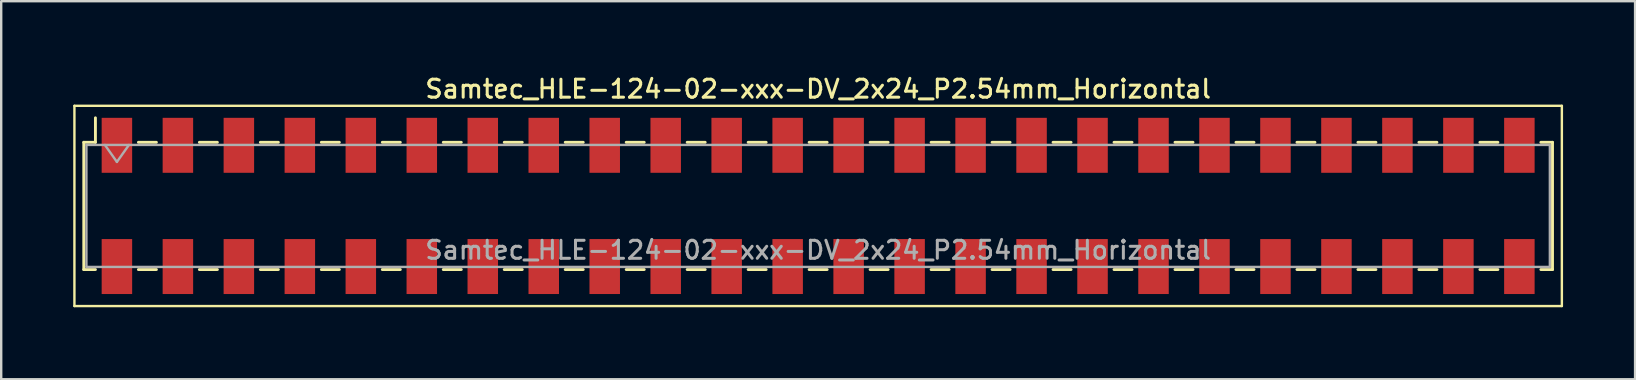
<source format=kicad_pcb>
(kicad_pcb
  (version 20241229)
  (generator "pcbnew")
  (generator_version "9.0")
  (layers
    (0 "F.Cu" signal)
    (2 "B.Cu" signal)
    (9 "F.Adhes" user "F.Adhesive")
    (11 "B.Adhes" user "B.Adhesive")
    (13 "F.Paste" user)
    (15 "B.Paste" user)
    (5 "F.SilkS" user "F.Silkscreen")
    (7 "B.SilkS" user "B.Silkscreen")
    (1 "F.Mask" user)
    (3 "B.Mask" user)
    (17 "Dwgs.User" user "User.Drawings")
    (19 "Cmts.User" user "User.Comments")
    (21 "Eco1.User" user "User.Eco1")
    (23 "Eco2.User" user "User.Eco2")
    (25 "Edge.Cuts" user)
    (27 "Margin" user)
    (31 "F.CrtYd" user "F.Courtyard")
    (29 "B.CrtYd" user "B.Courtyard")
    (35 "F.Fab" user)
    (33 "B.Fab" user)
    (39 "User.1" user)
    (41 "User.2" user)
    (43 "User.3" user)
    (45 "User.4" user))
  (footprint "Samtec_HLE-124-02-xxx-DV_2x24_P2.54mm_Horizontal"
    (layer "F.Cu")
    (at 31.03 5.528)
    (property "Reference" "Samtec_HLE-124-02-xxx-DV_2x24_P2.54mm_Horizontal" (at 0 -4.87 0) (layer "F.SilkS") (effects (font (size 0.75 0.75) (thickness 0.125))))
    (attr smd)
    (fp_line (start -30.98 -4.17) (end 30.98 -4.17) (stroke (width 0.1) (type solid)) (layer "F.SilkS"))
    (fp_line (start -30.98 4.17) (end -30.98 -4.17) (stroke (width 0.1) (type solid)) (layer "F.SilkS"))
    (fp_line (start -30.59 -2.65) (end -30.59 2.65) (stroke (width 0.12) (type solid)) (layer "F.SilkS"))
    (fp_line (start -30.59 2.65) (end -30.105 2.65) (stroke (width 0.12) (type solid)) (layer "F.SilkS"))
    (fp_line (start -30.105 -3.67) (end -30.105 -2.65) (stroke (width 0.12) (type solid)) (layer "F.SilkS"))
    (fp_line (start -30.105 -2.65) (end -30.59 -2.65) (stroke (width 0.12) (type solid)) (layer "F.SilkS"))
    (fp_line (start -28.315 -2.65) (end -27.565 -2.65) (stroke (width 0.12) (type solid)) (layer "F.SilkS"))
    (fp_line (start -28.315 2.65) (end -27.565 2.65) (stroke (width 0.12) (type solid)) (layer "F.SilkS"))
    (fp_line (start -25.775 -2.65) (end -25.025 -2.65) (stroke (width 0.12) (type solid)) (layer "F.SilkS"))
    (fp_line (start -25.775 2.65) (end -25.025 2.65) (stroke (width 0.12) (type solid)) (layer "F.SilkS"))
    (fp_line (start -23.235 -2.65) (end -22.485 -2.65) (stroke (width 0.12) (type solid)) (layer "F.SilkS"))
    (fp_line (start -23.235 2.65) (end -22.485 2.65) (stroke (width 0.12) (type solid)) (layer "F.SilkS"))
    (fp_line (start -20.695 -2.65) (end -19.945 -2.65) (stroke (width 0.12) (type solid)) (layer "F.SilkS"))
    (fp_line (start -20.695 2.65) (end -19.945 2.65) (stroke (width 0.12) (type solid)) (layer "F.SilkS"))
    (fp_line (start -18.155 -2.65) (end -17.405 -2.65) (stroke (width 0.12) (type solid)) (layer "F.SilkS"))
    (fp_line (start -18.155 2.65) (end -17.405 2.65) (stroke (width 0.12) (type solid)) (layer "F.SilkS"))
    (fp_line (start -15.615 -2.65) (end -14.865 -2.65) (stroke (width 0.12) (type solid)) (layer "F.SilkS"))
    (fp_line (start -15.615 2.65) (end -14.865 2.65) (stroke (width 0.12) (type solid)) (layer "F.SilkS"))
    (fp_line (start -13.075 -2.65) (end -12.325 -2.65) (stroke (width 0.12) (type solid)) (layer "F.SilkS"))
    (fp_line (start -13.075 2.65) (end -12.325 2.65) (stroke (width 0.12) (type solid)) (layer "F.SilkS"))
    (fp_line (start -10.535 -2.65) (end -9.785 -2.65) (stroke (width 0.12) (type solid)) (layer "F.SilkS"))
    (fp_line (start -10.535 2.65) (end -9.785 2.65) (stroke (width 0.12) (type solid)) (layer "F.SilkS"))
    (fp_line (start -7.995 -2.65) (end -7.245 -2.65) (stroke (width 0.12) (type solid)) (layer "F.SilkS"))
    (fp_line (start -7.995 2.65) (end -7.245 2.65) (stroke (width 0.12) (type solid)) (layer "F.SilkS"))
    (fp_line (start -5.455 -2.65) (end -4.705 -2.65) (stroke (width 0.12) (type solid)) (layer "F.SilkS"))
    (fp_line (start -5.455 2.65) (end -4.705 2.65) (stroke (width 0.12) (type solid)) (layer "F.SilkS"))
    (fp_line (start -2.915 -2.65) (end -2.165 -2.65) (stroke (width 0.12) (type solid)) (layer "F.SilkS"))
    (fp_line (start -2.915 2.65) (end -2.165 2.65) (stroke (width 0.12) (type solid)) (layer "F.SilkS"))
    (fp_line (start -0.375 -2.65) (end 0.375 -2.65) (stroke (width 0.12) (type solid)) (layer "F.SilkS"))
    (fp_line (start -0.375 2.65) (end 0.375 2.65) (stroke (width 0.12) (type solid)) (layer "F.SilkS"))
    (fp_line (start 2.165 -2.65) (end 2.915 -2.65) (stroke (width 0.12) (type solid)) (layer "F.SilkS"))
    (fp_line (start 2.165 2.65) (end 2.915 2.65) (stroke (width 0.12) (type solid)) (layer "F.SilkS"))
    (fp_line (start 4.705 -2.65) (end 5.455 -2.65) (stroke (width 0.12) (type solid)) (layer "F.SilkS"))
    (fp_line (start 4.705 2.65) (end 5.455 2.65) (stroke (width 0.12) (type solid)) (layer "F.SilkS"))
    (fp_line (start 7.245 -2.65) (end 7.995 -2.65) (stroke (width 0.12) (type solid)) (layer "F.SilkS"))
    (fp_line (start 7.245 2.65) (end 7.995 2.65) (stroke (width 0.12) (type solid)) (layer "F.SilkS"))
    (fp_line (start 9.785 -2.65) (end 10.535 -2.65) (stroke (width 0.12) (type solid)) (layer "F.SilkS"))
    (fp_line (start 9.785 2.65) (end 10.535 2.65) (stroke (width 0.12) (type solid)) (layer "F.SilkS"))
    (fp_line (start 12.325 -2.65) (end 13.075 -2.65) (stroke (width 0.12) (type solid)) (layer "F.SilkS"))
    (fp_line (start 12.325 2.65) (end 13.075 2.65) (stroke (width 0.12) (type solid)) (layer "F.SilkS"))
    (fp_line (start 14.865 -2.65) (end 15.615 -2.65) (stroke (width 0.12) (type solid)) (layer "F.SilkS"))
    (fp_line (start 14.865 2.65) (end 15.615 2.65) (stroke (width 0.12) (type solid)) (layer "F.SilkS"))
    (fp_line (start 17.405 -2.65) (end 18.155 -2.65) (stroke (width 0.12) (type solid)) (layer "F.SilkS"))
    (fp_line (start 17.405 2.65) (end 18.155 2.65) (stroke (width 0.12) (type solid)) (layer "F.SilkS"))
    (fp_line (start 19.945 -2.65) (end 20.695 -2.65) (stroke (width 0.12) (type solid)) (layer "F.SilkS"))
    (fp_line (start 19.945 2.65) (end 20.695 2.65) (stroke (width 0.12) (type solid)) (layer "F.SilkS"))
    (fp_line (start 22.485 -2.65) (end 23.235 -2.65) (stroke (width 0.12) (type solid)) (layer "F.SilkS"))
    (fp_line (start 22.485 2.65) (end 23.235 2.65) (stroke (width 0.12) (type solid)) (layer "F.SilkS"))
    (fp_line (start 25.025 -2.65) (end 25.775 -2.65) (stroke (width 0.12) (type solid)) (layer "F.SilkS"))
    (fp_line (start 25.025 2.65) (end 25.775 2.65) (stroke (width 0.12) (type solid)) (layer "F.SilkS"))
    (fp_line (start 27.565 -2.65) (end 28.315 -2.65) (stroke (width 0.12) (type solid)) (layer "F.SilkS"))
    (fp_line (start 27.565 2.65) (end 28.315 2.65) (stroke (width 0.12) (type solid)) (layer "F.SilkS"))
    (fp_line (start 30.105 -2.65) (end 30.59 -2.65) (stroke (width 0.12) (type solid)) (layer "F.SilkS"))
    (fp_line (start 30.59 -2.65) (end 30.59 2.65) (stroke (width 0.12) (type solid)) (layer "F.SilkS"))
    (fp_line (start 30.59 2.65) (end 30.105 2.65) (stroke (width 0.12) (type solid)) (layer "F.SilkS"))
    (fp_line (start 30.98 -4.17) (end 30.98 4.17) (stroke (width 0.1) (type solid)) (layer "F.SilkS"))
    (fp_line (start 30.98 4.17) (end -30.98 4.17) (stroke (width 0.1) (type solid)) (layer "F.SilkS"))
    (fp_line (start -30.48 -2.54) (end 30.48 -2.54) (stroke (width 0.1) (type solid)) (layer "F.Fab"))
    (fp_line (start -30.48 2.54) (end -30.48 -2.54) (stroke (width 0.1) (type solid)) (layer "F.Fab"))
    (fp_line (start -29.71 -2.54) (end -29.21 -1.833) (stroke (width 0.1) (type solid)) (layer "F.Fab"))
    (fp_line (start -29.21 -1.833) (end -28.71 -2.54) (stroke (width 0.1) (type solid)) (layer "F.Fab"))
    (fp_line (start 30.48 -2.54) (end 30.48 2.54) (stroke (width 0.1) (type solid)) (layer "F.Fab"))
    (fp_line (start 30.48 2.54) (end -30.48 2.54) (stroke (width 0.1) (type solid)) (layer "F.Fab"))
    (fp_text user "${REFERENCE}" (at 0 1.84 0) (layer "F.Fab") (effects (font (size 0.75 0.75) (thickness 0.125))))
    (pad "1" smd rect (at -29.21 -2.525) (size 1.27 2.29) (layers "F.Cu" "F.Mask" "F.Paste"))
    (pad "2" smd rect (at -29.21 2.525) (size 1.27 2.29) (layers "F.Cu" "F.Mask" "F.Paste"))
    (pad "3" smd rect (at -26.67 -2.525) (size 1.27 2.29) (layers "F.Cu" "F.Mask" "F.Paste"))
    (pad "4" smd rect (at -26.67 2.525) (size 1.27 2.29) (layers "F.Cu" "F.Mask" "F.Paste"))
    (pad "5" smd rect (at -24.13 -2.525) (size 1.27 2.29) (layers "F.Cu" "F.Mask" "F.Paste"))
    (pad "6" smd rect (at -24.13 2.525) (size 1.27 2.29) (layers "F.Cu" "F.Mask" "F.Paste"))
    (pad "7" smd rect (at -21.59 -2.525) (size 1.27 2.29) (layers "F.Cu" "F.Mask" "F.Paste"))
    (pad "8" smd rect (at -21.59 2.525) (size 1.27 2.29) (layers "F.Cu" "F.Mask" "F.Paste"))
    (pad "9" smd rect (at -19.05 -2.525) (size 1.27 2.29) (layers "F.Cu" "F.Mask" "F.Paste"))
    (pad "10" smd rect (at -19.05 2.525) (size 1.27 2.29) (layers "F.Cu" "F.Mask" "F.Paste"))
    (pad "11" smd rect (at -16.51 -2.525) (size 1.27 2.29) (layers "F.Cu" "F.Mask" "F.Paste"))
    (pad "12" smd rect (at -16.51 2.525) (size 1.27 2.29) (layers "F.Cu" "F.Mask" "F.Paste"))
    (pad "13" smd rect (at -13.97 -2.525) (size 1.27 2.29) (layers "F.Cu" "F.Mask" "F.Paste"))
    (pad "14" smd rect (at -13.97 2.525) (size 1.27 2.29) (layers "F.Cu" "F.Mask" "F.Paste"))
    (pad "15" smd rect (at -11.43 -2.525) (size 1.27 2.29) (layers "F.Cu" "F.Mask" "F.Paste"))
    (pad "16" smd rect (at -11.43 2.525) (size 1.27 2.29) (layers "F.Cu" "F.Mask" "F.Paste"))
    (pad "17" smd rect (at -8.89 -2.525) (size 1.27 2.29) (layers "F.Cu" "F.Mask" "F.Paste"))
    (pad "18" smd rect (at -8.89 2.525) (size 1.27 2.29) (layers "F.Cu" "F.Mask" "F.Paste"))
    (pad "19" smd rect (at -6.35 -2.525) (size 1.27 2.29) (layers "F.Cu" "F.Mask" "F.Paste"))
    (pad "20" smd rect (at -6.35 2.525) (size 1.27 2.29) (layers "F.Cu" "F.Mask" "F.Paste"))
    (pad "21" smd rect (at -3.81 -2.525) (size 1.27 2.29) (layers "F.Cu" "F.Mask" "F.Paste"))
    (pad "22" smd rect (at -3.81 2.525) (size 1.27 2.29) (layers "F.Cu" "F.Mask" "F.Paste"))
    (pad "23" smd rect (at -1.27 -2.525) (size 1.27 2.29) (layers "F.Cu" "F.Mask" "F.Paste"))
    (pad "24" smd rect (at -1.27 2.525) (size 1.27 2.29) (layers "F.Cu" "F.Mask" "F.Paste"))
    (pad "25" smd rect (at 1.27 -2.525) (size 1.27 2.29) (layers "F.Cu" "F.Mask" "F.Paste"))
    (pad "26" smd rect (at 1.27 2.525) (size 1.27 2.29) (layers "F.Cu" "F.Mask" "F.Paste"))
    (pad "27" smd rect (at 3.81 -2.525) (size 1.27 2.29) (layers "F.Cu" "F.Mask" "F.Paste"))
    (pad "28" smd rect (at 3.81 2.525) (size 1.27 2.29) (layers "F.Cu" "F.Mask" "F.Paste"))
    (pad "29" smd rect (at 6.35 -2.525) (size 1.27 2.29) (layers "F.Cu" "F.Mask" "F.Paste"))
    (pad "30" smd rect (at 6.35 2.525) (size 1.27 2.29) (layers "F.Cu" "F.Mask" "F.Paste"))
    (pad "31" smd rect (at 8.89 -2.525) (size 1.27 2.29) (layers "F.Cu" "F.Mask" "F.Paste"))
    (pad "32" smd rect (at 8.89 2.525) (size 1.27 2.29) (layers "F.Cu" "F.Mask" "F.Paste"))
    (pad "33" smd rect (at 11.43 -2.525) (size 1.27 2.29) (layers "F.Cu" "F.Mask" "F.Paste"))
    (pad "34" smd rect (at 11.43 2.525) (size 1.27 2.29) (layers "F.Cu" "F.Mask" "F.Paste"))
    (pad "35" smd rect (at 13.97 -2.525) (size 1.27 2.29) (layers "F.Cu" "F.Mask" "F.Paste"))
    (pad "36" smd rect (at 13.97 2.525) (size 1.27 2.29) (layers "F.Cu" "F.Mask" "F.Paste"))
    (pad "37" smd rect (at 16.51 -2.525) (size 1.27 2.29) (layers "F.Cu" "F.Mask" "F.Paste"))
    (pad "38" smd rect (at 16.51 2.525) (size 1.27 2.29) (layers "F.Cu" "F.Mask" "F.Paste"))
    (pad "39" smd rect (at 19.05 -2.525) (size 1.27 2.29) (layers "F.Cu" "F.Mask" "F.Paste"))
    (pad "40" smd rect (at 19.05 2.525) (size 1.27 2.29) (layers "F.Cu" "F.Mask" "F.Paste"))
    (pad "41" smd rect (at 21.59 -2.525) (size 1.27 2.29) (layers "F.Cu" "F.Mask" "F.Paste"))
    (pad "42" smd rect (at 21.59 2.525) (size 1.27 2.29) (layers "F.Cu" "F.Mask" "F.Paste"))
    (pad "43" smd rect (at 24.13 -2.525) (size 1.27 2.29) (layers "F.Cu" "F.Mask" "F.Paste"))
    (pad "44" smd rect (at 24.13 2.525) (size 1.27 2.29) (layers "F.Cu" "F.Mask" "F.Paste"))
    (pad "45" smd rect (at 26.67 -2.525) (size 1.27 2.29) (layers "F.Cu" "F.Mask" "F.Paste"))
    (pad "46" smd rect (at 26.67 2.525) (size 1.27 2.29) (layers "F.Cu" "F.Mask" "F.Paste"))
    (pad "47" smd rect (at 29.21 -2.525) (size 1.27 2.29) (layers "F.Cu" "F.Mask" "F.Paste"))
    (pad "48" smd rect (at 29.21 2.525) (size 1.27 2.29) (layers "F.Cu" "F.Mask" "F.Paste")))
  (gr_rect
    (start -3 -3)
    (end 65.06 12.748)
    (stroke (width 0.1) (type default))
    (fill no)
    (layer "Edge.Cuts")))
</source>
